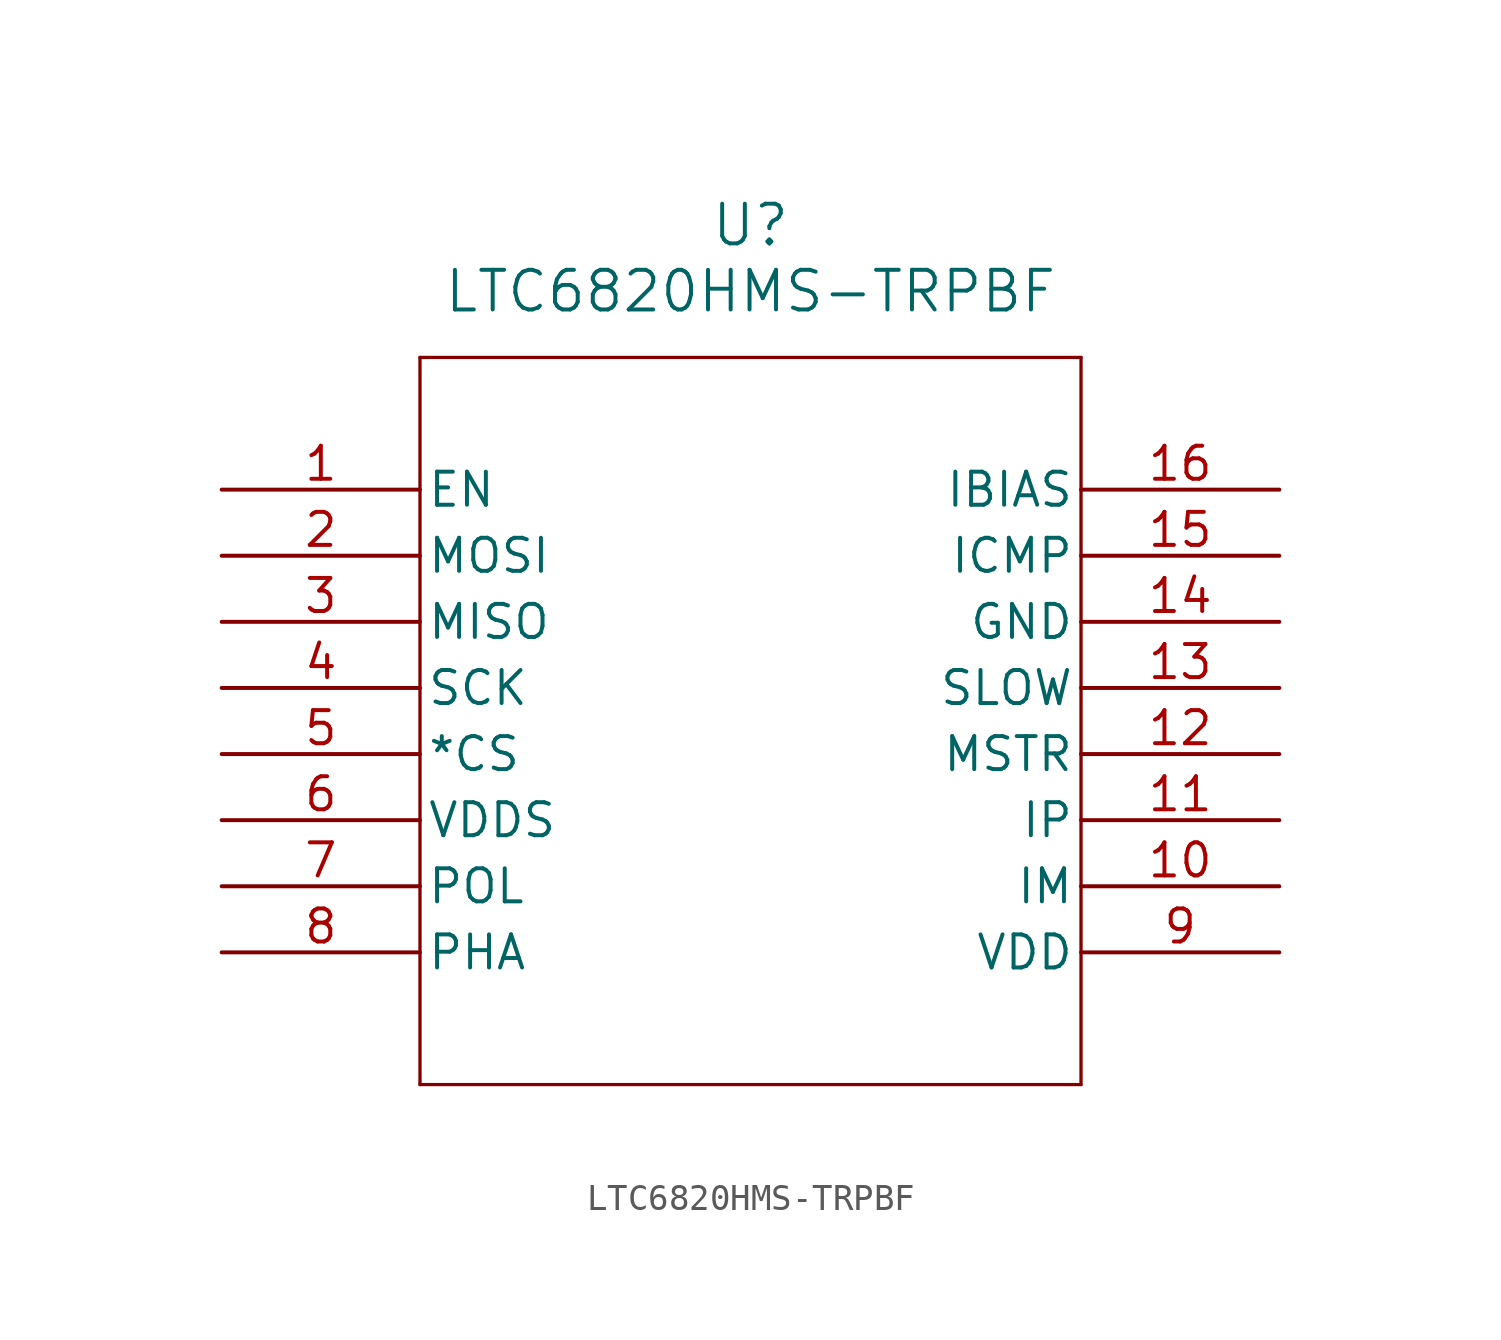
<source format=kicad_sym>
(kicad_symbol_lib
  (version 20211014)
  (generator kicad_symbol_editor)
  (symbol "LTC6820HMS-TRPBF"
    (pin_names
      (offset 0.254))
    (property "Reference" "U"
      (at 20.32 10.16 0)
      (effects (font (size 1.524 1.524))))
    (property "Value" "LTC6820HMS-TRPBF"
      (at 20.32 7.62 0)
      (effects (font (size 1.524 1.524))))
    (symbol "LTC6820HMS-TRPBF_0_1"
      (polyline (pts (xy 7.62 5.08) (xy 7.62 -22.86)) (stroke (width 0.127) (type default) (color 0 0 0 0)) (fill (type none)))
      (polyline (pts (xy 7.62 -22.86) (xy 33.02 -22.86)) (stroke (width 0.127) (type default) (color 0 0 0 0)) (fill (type none)))
      (polyline (pts (xy 33.02 -22.86) (xy 33.02 5.08)) (stroke (width 0.127) (type default) (color 0 0 0 0)) (fill (type none)))
      (polyline (pts (xy 33.02 5.08) (xy 7.62 5.08)) (stroke (width 0.127) (type default) (color 0 0 0 0)) (fill (type none)))
      (pin input line (at 0 0 0) (length 7.62) (name "EN" (effects (font (size 1.27 1.27)))) (number "1" (effects (font (size 1.27 1.27)))))
      (pin bidirectional line (at 0 -2.54 0) (length 7.62) (name "MOSI" (effects (font (size 1.27 1.27)))) (number "2" (effects (font (size 1.27 1.27)))))
      (pin bidirectional line (at 0 -5.08 0) (length 7.62) (name "MISO" (effects (font (size 1.27 1.27)))) (number "3" (effects (font (size 1.27 1.27)))))
      (pin bidirectional line (at 0 -7.62 0) (length 7.62) (name "SCK" (effects (font (size 1.27 1.27)))) (number "4" (effects (font (size 1.27 1.27)))))
      (pin bidirectional line (at 0 -10.16 0) (length 7.62) (name "*CS" (effects (font (size 1.27 1.27)))) (number "5" (effects (font (size 1.27 1.27)))))
      (pin power_in line (at 0 -12.7 0) (length 7.62) (name "VDDS" (effects (font (size 1.27 1.27)))) (number "6" (effects (font (size 1.27 1.27)))))
      (pin input line (at 0 -15.24 0) (length 7.62) (name "POL" (effects (font (size 1.27 1.27)))) (number "7" (effects (font (size 1.27 1.27)))))
      (pin input line (at 0 -17.78 0) (length 7.62) (name "PHA" (effects (font (size 1.27 1.27)))) (number "8" (effects (font (size 1.27 1.27)))))
      (pin power_in line (at 40.64 -17.78 180) (length 7.62) (name "VDD" (effects (font (size 1.27 1.27)))) (number "9" (effects (font (size 1.27 1.27)))))
      (pin bidirectional line (at 40.64 -15.24 180) (length 7.62) (name "IM" (effects (font (size 1.27 1.27)))) (number "10" (effects (font (size 1.27 1.27)))))
      (pin bidirectional line (at 40.64 -12.7 180) (length 7.62) (name "IP" (effects (font (size 1.27 1.27)))) (number "11" (effects (font (size 1.27 1.27)))))
      (pin input line (at 40.64 -10.16 180) (length 7.62) (name "MSTR" (effects (font (size 1.27 1.27)))) (number "12" (effects (font (size 1.27 1.27)))))
      (pin input line (at 40.64 -7.62 180) (length 7.62) (name "SLOW" (effects (font (size 1.27 1.27)))) (number "13" (effects (font (size 1.27 1.27)))))
      (pin power_out line (at 40.64 -5.08 180) (length 7.62) (name "GND" (effects (font (size 1.27 1.27)))) (number "14" (effects (font (size 1.27 1.27)))))
      (pin unspecified line (at 40.64 -2.54 180) (length 7.62) (name "ICMP" (effects (font (size 1.27 1.27)))) (number "15" (effects (font (size 1.27 1.27)))))
      (pin power_in line (at 40.64 0 180) (length 7.62) (name "IBIAS" (effects (font (size 1.27 1.27)))) (number "16" (effects (font (size 1.27 1.27))))))))
</source>
